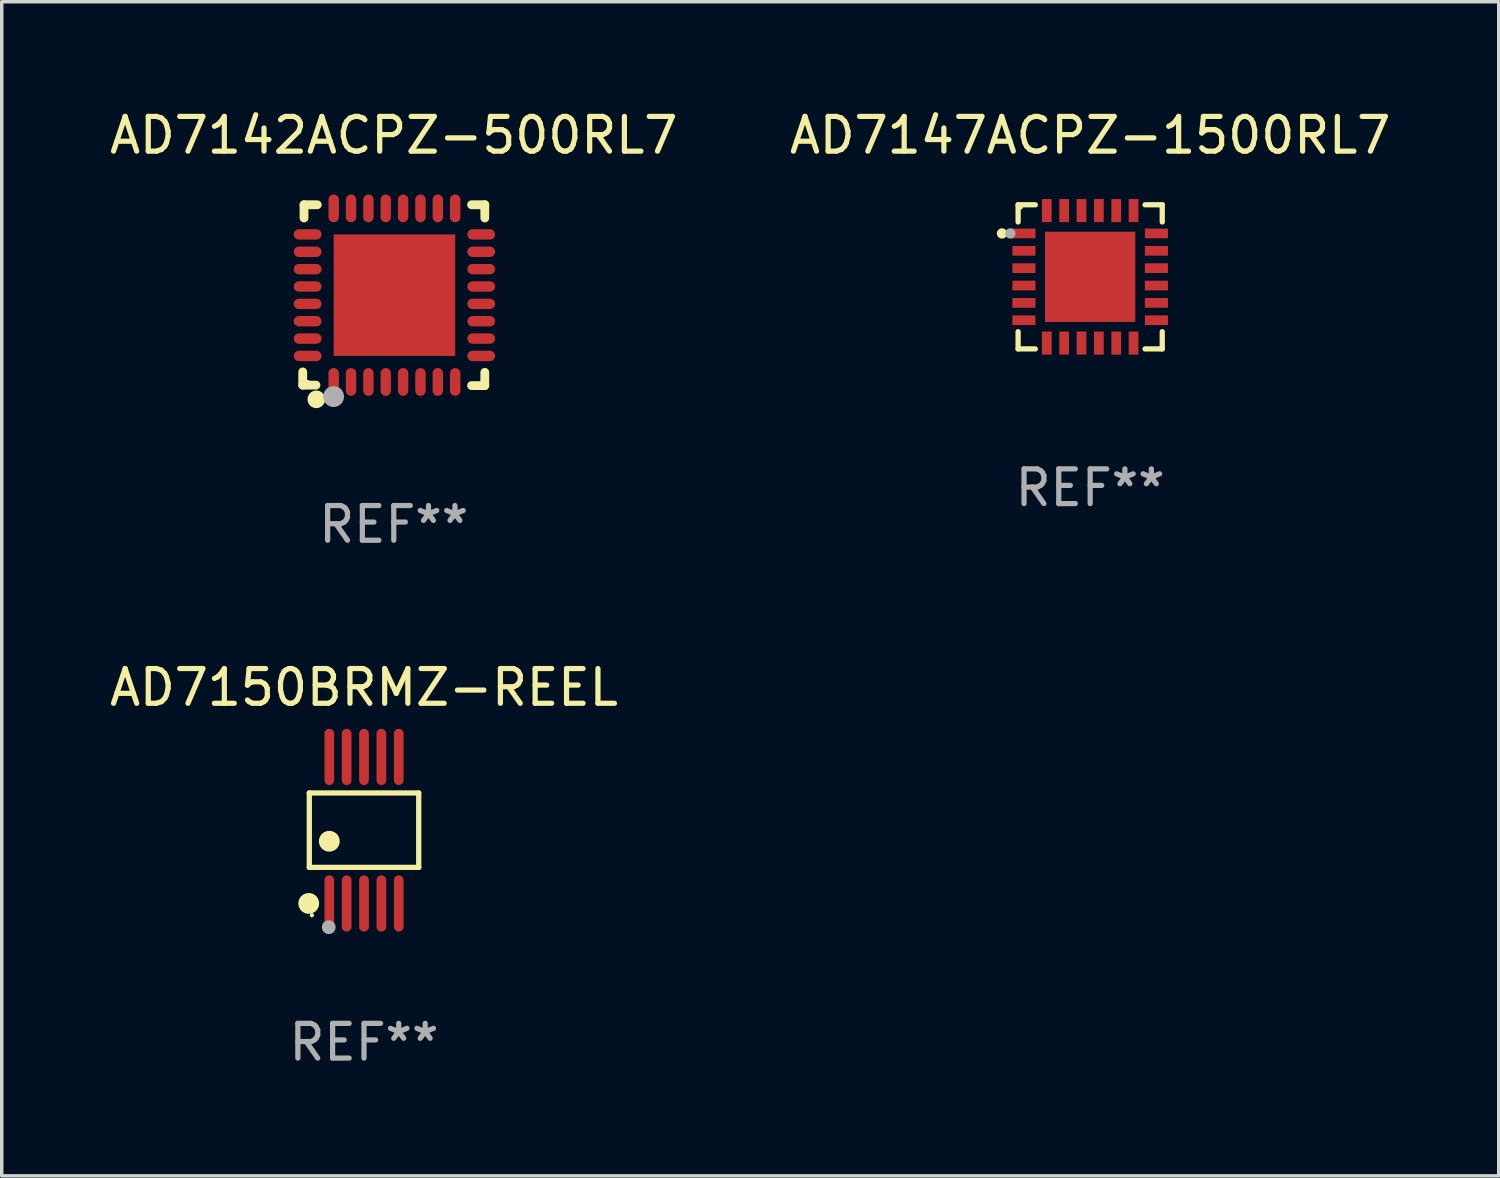
<source format=kicad_pcb>
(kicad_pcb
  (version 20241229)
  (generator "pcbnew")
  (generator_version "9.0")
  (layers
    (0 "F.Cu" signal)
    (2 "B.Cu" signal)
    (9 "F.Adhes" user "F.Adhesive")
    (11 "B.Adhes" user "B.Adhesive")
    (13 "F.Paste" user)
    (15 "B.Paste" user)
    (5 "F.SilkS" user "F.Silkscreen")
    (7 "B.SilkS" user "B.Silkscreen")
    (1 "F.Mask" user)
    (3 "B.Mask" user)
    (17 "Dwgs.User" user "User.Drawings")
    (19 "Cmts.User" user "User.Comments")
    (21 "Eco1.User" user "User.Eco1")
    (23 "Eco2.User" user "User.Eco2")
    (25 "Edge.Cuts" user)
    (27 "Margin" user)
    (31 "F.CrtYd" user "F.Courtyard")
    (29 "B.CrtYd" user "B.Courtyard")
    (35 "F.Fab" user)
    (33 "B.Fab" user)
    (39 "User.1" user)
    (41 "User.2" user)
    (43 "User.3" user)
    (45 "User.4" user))
  (footprint "AD7150BRMZ-REEL"
    (layer "F.Cu")
    (at 7.435 20.862)
    (property "Reference" "AD7150BRMZ-REEL" (at 0 -4.11 0) (layer "F.SilkS") (effects (font (size 1 1) (thickness 0.15))))
    (attr through_hole)
    (fp_line (start -1.576 -1.071) (end 1.576 -1.071) (stroke (width 0.152) (type solid)) (layer "F.SilkS"))
    (fp_line (start -1.576 1.071) (end -1.576 -1.071) (stroke (width 0.152) (type solid)) (layer "F.SilkS"))
    (fp_line (start 1.576 -1.071) (end 1.576 1.071) (stroke (width 0.152) (type solid)) (layer "F.SilkS"))
    (fp_line (start 1.576 1.071) (end -1.576 1.071) (stroke (width 0.152) (type solid)) (layer "F.SilkS"))
    (fp_circle (center -1.592 2.11) (end -1.442 2.11) (stroke (width 0.3) (type solid)) (fill no) (layer "F.SilkS"))
    (fp_circle (center -1.5 2.45) (end -1.47 2.45) (stroke (width 0.06) (type solid)) (fill no) (layer "F.SilkS"))
    (fp_circle (center -1 0.319) (end -0.85 0.319) (stroke (width 0.3) (type solid)) (fill no) (layer "F.SilkS"))
    (fp_circle (center -1.016 2.794) (end -0.916 2.794) (stroke (width 0.2) (type solid)) (fill no) (layer "F.Fab"))
    (fp_text user "REF**" (at 0 6.11 0) (layer "F.Fab") (effects (font (size 1 1) (thickness 0.15))))
    (pad "1" smd oval (at -1 2.11) (size 0.28 1.62) (layers "F.Cu" "F.Mask" "F.Paste"))
    (pad "2" smd oval (at -0.5 2.11) (size 0.28 1.62) (layers "F.Cu" "F.Mask" "F.Paste"))
    (pad "3" smd oval (at 0 2.11) (size 0.28 1.62) (layers "F.Cu" "F.Mask" "F.Paste"))
    (pad "4" smd oval (at 0.5 2.11) (size 0.28 1.62) (layers "F.Cu" "F.Mask" "F.Paste"))
    (pad "5" smd oval (at 1 2.11) (size 0.28 1.62) (layers "F.Cu" "F.Mask" "F.Paste"))
    (pad "6" smd oval (at 1 -2.11) (size 0.28 1.62) (layers "F.Cu" "F.Mask" "F.Paste"))
    (pad "7" smd oval (at 0.5 -2.11) (size 0.28 1.62) (layers "F.Cu" "F.Mask" "F.Paste"))
    (pad "8" smd oval (at 0 -2.11) (size 0.28 1.62) (layers "F.Cu" "F.Mask" "F.Paste"))
    (pad "9" smd oval (at -0.5 -2.11) (size 0.28 1.62) (layers "F.Cu" "F.Mask" "F.Paste"))
    (pad "10" smd oval (at -1 -2.11) (size 0.28 1.62) (layers "F.Cu" "F.Mask" "F.Paste")))
  (footprint "AD7142ACPZ-500RL7"
    (layer "F.Cu")
    (at 8.292 5.452)
    (property "Reference" "AD7142ACPZ-500RL7" (at 0 -4.604 0) (layer "F.SilkS") (effects (font (size 1 1) (thickness 0.15))))
    (attr through_hole)
    (fp_line (start -2.622 2.21) (end -2.622 2.591) (stroke (width 0.254) (type solid)) (layer "F.SilkS"))
    (fp_line (start -2.622 2.591) (end -2.241 2.591) (stroke (width 0.254) (type solid)) (layer "F.SilkS"))
    (fp_line (start -2.585 -2.604) (end -2.585 -2.223) (stroke (width 0.254) (type solid)) (layer "F.SilkS"))
    (fp_line (start -2.204 -2.604) (end -2.585 -2.604) (stroke (width 0.254) (type solid)) (layer "F.SilkS"))
    (fp_line (start 2.241 2.604) (end 2.622 2.604) (stroke (width 0.254) (type solid)) (layer "F.SilkS"))
    (fp_line (start 2.622 -2.604) (end 2.241 -2.604) (stroke (width 0.254) (type solid)) (layer "F.SilkS"))
    (fp_line (start 2.622 -2.223) (end 2.622 -2.604) (stroke (width 0.254) (type solid)) (layer "F.SilkS"))
    (fp_line (start 2.622 2.604) (end 2.622 2.223) (stroke (width 0.254) (type solid)) (layer "F.SilkS"))
    (fp_circle (center -2.481 2.5) (end -2.451 2.5) (stroke (width 0.06) (type solid)) (fill no) (layer "F.SilkS"))
    (fp_circle (center -2.231 3) (end -2.104 3) (stroke (width 0.254) (type solid)) (fill no) (layer "F.SilkS"))
    (fp_circle (center -1.733 2.921) (end -1.583 2.921) (stroke (width 0.3) (type solid)) (fill no) (layer "F.Fab"))
    (fp_text user "REF**" (at 0 6.604 0) (layer "F.Fab") (effects (font (size 1 1) (thickness 0.15))))
    (pad "1" smd oval (at -1.731 2.5 90) (size 0.8 0.3) (layers "F.Cu" "F.Mask" "F.Paste"))
    (pad "2" smd oval (at -1.231 2.5 90) (size 0.8 0.3) (layers "F.Cu" "F.Mask" "F.Paste"))
    (pad "3" smd oval (at -0.731 2.5 90) (size 0.8 0.3) (layers "F.Cu" "F.Mask" "F.Paste"))
    (pad "4" smd oval (at -0.231 2.5 90) (size 0.8 0.3) (layers "F.Cu" "F.Mask" "F.Paste"))
    (pad "5" smd oval (at 0.269 2.5 90) (size 0.8 0.3) (layers "F.Cu" "F.Mask" "F.Paste"))
    (pad "6" smd oval (at 0.769 2.5 90) (size 0.8 0.3) (layers "F.Cu" "F.Mask" "F.Paste"))
    (pad "7" smd oval (at 1.269 2.5 90) (size 0.8 0.3) (layers "F.Cu" "F.Mask" "F.Paste"))
    (pad "8" smd oval (at 1.769 2.5 90) (size 0.8 0.3) (layers "F.Cu" "F.Mask" "F.Paste"))
    (pad "9" smd oval (at 2.519 1.75 180) (size 0.8 0.3) (layers "F.Cu" "F.Mask" "F.Paste"))
    (pad "10" smd oval (at 2.519 1.25 180) (size 0.8 0.3) (layers "F.Cu" "F.Mask" "F.Paste"))
    (pad "11" smd oval (at 2.519 0.75 180) (size 0.8 0.3) (layers "F.Cu" "F.Mask" "F.Paste"))
    (pad "12" smd oval (at 2.519 0.25 180) (size 0.8 0.3) (layers "F.Cu" "F.Mask" "F.Paste"))
    (pad "13" smd oval (at 2.519 -0.25 180) (size 0.8 0.3) (layers "F.Cu" "F.Mask" "F.Paste"))
    (pad "14" smd oval (at 2.519 -0.75 180) (size 0.8 0.3) (layers "F.Cu" "F.Mask" "F.Paste"))
    (pad "15" smd oval (at 2.519 -1.25 180) (size 0.8 0.3) (layers "F.Cu" "F.Mask" "F.Paste"))
    (pad "16" smd oval (at 2.519 -1.75 180) (size 0.8 0.3) (layers "F.Cu" "F.Mask" "F.Paste"))
    (pad "17" smd oval (at 1.769 -2.5 270) (size 0.8 0.3) (layers "F.Cu" "F.Mask" "F.Paste"))
    (pad "18" smd oval (at 1.269 -2.5 270) (size 0.8 0.3) (layers "F.Cu" "F.Mask" "F.Paste"))
    (pad "19" smd oval (at 0.769 -2.5 270) (size 0.8 0.3) (layers "F.Cu" "F.Mask" "F.Paste"))
    (pad "20" smd oval (at 0.269 -2.5 270) (size 0.8 0.3) (layers "F.Cu" "F.Mask" "F.Paste"))
    (pad "21" smd oval (at -0.231 -2.5 270) (size 0.8 0.3) (layers "F.Cu" "F.Mask" "F.Paste"))
    (pad "22" smd oval (at -0.731 -2.5 270) (size 0.8 0.3) (layers "F.Cu" "F.Mask" "F.Paste"))
    (pad "23" smd oval (at -1.231 -2.5 270) (size 0.8 0.3) (layers "F.Cu" "F.Mask" "F.Paste"))
    (pad "24" smd oval (at -1.731 -2.5 270) (size 0.8 0.3) (layers "F.Cu" "F.Mask" "F.Paste"))
    (pad "25" smd oval (at -2.481 -1.75) (size 0.8 0.3) (layers "F.Cu" "F.Mask" "F.Paste"))
    (pad "26" smd oval (at -2.481 -1.25) (size 0.8 0.3) (layers "F.Cu" "F.Mask" "F.Paste"))
    (pad "27" smd oval (at -2.481 -0.75) (size 0.8 0.3) (layers "F.Cu" "F.Mask" "F.Paste"))
    (pad "28" smd oval (at -2.481 -0.25) (size 0.8 0.3) (layers "F.Cu" "F.Mask" "F.Paste"))
    (pad "29" smd oval (at -2.481 0.25) (size 0.8 0.3) (layers "F.Cu" "F.Mask" "F.Paste"))
    (pad "30" smd oval (at -2.481 0.75) (size 0.8 0.3) (layers "F.Cu" "F.Mask" "F.Paste"))
    (pad "31" smd oval (at -2.481 1.25) (size 0.8 0.3) (layers "F.Cu" "F.Mask" "F.Paste"))
    (pad "32" smd oval (at -2.481 1.75) (size 0.8 0.3) (layers "F.Cu" "F.Mask" "F.Paste"))
    (pad "33" smd rect (at 0.019 -0.000025 90) (size 3.5 3.5) (layers "F.Cu" "F.Mask" "F.Paste")))
  (footprint "AD7147ACPZ-1500RL7"
    (layer "F.Cu")
    (at 28.351 4.924)
    (property "Reference" "AD7147ACPZ-1500RL7" (at 0 -4.076 0) (layer "F.SilkS") (effects (font (size 1 1) (thickness 0.15))))
    (attr through_hole)
    (fp_line (start -2.076 -2.076) (end -2.076 -1.58) (stroke (width 0.152) (type solid)) (layer "F.SilkS"))
    (fp_line (start -2.076 2.076) (end -2.076 1.58) (stroke (width 0.152) (type solid)) (layer "F.SilkS"))
    (fp_line (start -1.58 -2.076) (end -2.076 -2.076) (stroke (width 0.152) (type solid)) (layer "F.SilkS"))
    (fp_line (start -1.58 2.076) (end -2.076 2.076) (stroke (width 0.152) (type solid)) (layer "F.SilkS"))
    (fp_line (start 1.58 -2.076) (end 2.076 -2.076) (stroke (width 0.152) (type solid)) (layer "F.SilkS"))
    (fp_line (start 1.58 2.076) (end 2.076 2.076) (stroke (width 0.152) (type solid)) (layer "F.SilkS"))
    (fp_line (start 2.076 -2.076) (end 2.076 -1.58) (stroke (width 0.152) (type solid)) (layer "F.SilkS"))
    (fp_line (start 2.076 2.076) (end 2.076 1.58) (stroke (width 0.152) (type solid)) (layer "F.SilkS"))
    (fp_circle (center -2.54 -1.25) (end -2.465 -1.25) (stroke (width 0.15) (type solid)) (fill no) (layer "F.SilkS"))
    (fp_circle (center -2 -2) (end -1.97 -2) (stroke (width 0.06) (type solid)) (fill no) (layer "F.SilkS"))
    (fp_circle (center -2.3 -1.25) (end -2.225 -1.25) (stroke (width 0.15) (type solid)) (fill no) (layer "F.Fab"))
    (fp_text user "REF**" (at 0 6.076 0) (layer "F.Fab") (effects (font (size 1 1) (thickness 0.15))))
    (pad "1" smd rect (at -1.908 -1.25) (size 0.665 0.28) (layers "F.Cu" "F.Mask" "F.Paste"))
    (pad "2" smd rect (at -1.908 -0.75) (size 0.665 0.28) (layers "F.Cu" "F.Mask" "F.Paste"))
    (pad "3" smd rect (at -1.908 -0.25) (size 0.665 0.28) (layers "F.Cu" "F.Mask" "F.Paste"))
    (pad "4" smd rect (at -1.908 0.25) (size 0.665 0.28) (layers "F.Cu" "F.Mask" "F.Paste"))
    (pad "5" smd rect (at -1.908 0.75) (size 0.665 0.28) (layers "F.Cu" "F.Mask" "F.Paste"))
    (pad "6" smd rect (at -1.908 1.25) (size 0.665 0.28) (layers "F.Cu" "F.Mask" "F.Paste"))
    (pad "7" smd rect (at -1.25 1.908) (size 0.28 0.665) (layers "F.Cu" "F.Mask" "F.Paste"))
    (pad "8" smd rect (at -0.75 1.908) (size 0.28 0.665) (layers "F.Cu" "F.Mask" "F.Paste"))
    (pad "9" smd rect (at -0.25 1.908) (size 0.28 0.665) (layers "F.Cu" "F.Mask" "F.Paste"))
    (pad "10" smd rect (at 0.25 1.908) (size 0.28 0.665) (layers "F.Cu" "F.Mask" "F.Paste"))
    (pad "11" smd rect (at 0.75 1.908) (size 0.28 0.665) (layers "F.Cu" "F.Mask" "F.Paste"))
    (pad "12" smd rect (at 1.25 1.908) (size 0.28 0.665) (layers "F.Cu" "F.Mask" "F.Paste"))
    (pad "13" smd rect (at 1.908 1.25) (size 0.665 0.28) (layers "F.Cu" "F.Mask" "F.Paste"))
    (pad "14" smd rect (at 1.908 0.75) (size 0.665 0.28) (layers "F.Cu" "F.Mask" "F.Paste"))
    (pad "15" smd rect (at 1.908 0.25) (size 0.665 0.28) (layers "F.Cu" "F.Mask" "F.Paste"))
    (pad "16" smd rect (at 1.908 -0.25) (size 0.665 0.28) (layers "F.Cu" "F.Mask" "F.Paste"))
    (pad "17" smd rect (at 1.908 -0.75) (size 0.665 0.28) (layers "F.Cu" "F.Mask" "F.Paste"))
    (pad "18" smd rect (at 1.908 -1.25) (size 0.665 0.28) (layers "F.Cu" "F.Mask" "F.Paste"))
    (pad "19" smd rect (at 1.25 -1.908) (size 0.28 0.665) (layers "F.Cu" "F.Mask" "F.Paste"))
    (pad "20" smd rect (at 0.75 -1.908) (size 0.28 0.665) (layers "F.Cu" "F.Mask" "F.Paste"))
    (pad "21" smd rect (at 0.25 -1.908) (size 0.28 0.665) (layers "F.Cu" "F.Mask" "F.Paste"))
    (pad "22" smd rect (at -0.25 -1.908) (size 0.28 0.665) (layers "F.Cu" "F.Mask" "F.Paste"))
    (pad "23" smd rect (at -0.75 -1.908) (size 0.28 0.665) (layers "F.Cu" "F.Mask" "F.Paste"))
    (pad "24" smd rect (at -1.25 -1.908) (size 0.28 0.665) (layers "F.Cu" "F.Mask" "F.Paste"))
    (pad "25" smd rect (at 0 0) (size 2.6 2.6) (layers "F.Cu" "F.Mask" "F.Paste")))
  (gr_rect
    (start -3 -3)
    (end 40.119 30.82)
    (stroke (width 0.1) (type default))
    (fill no)
    (layer "Edge.Cuts")))
</source>
